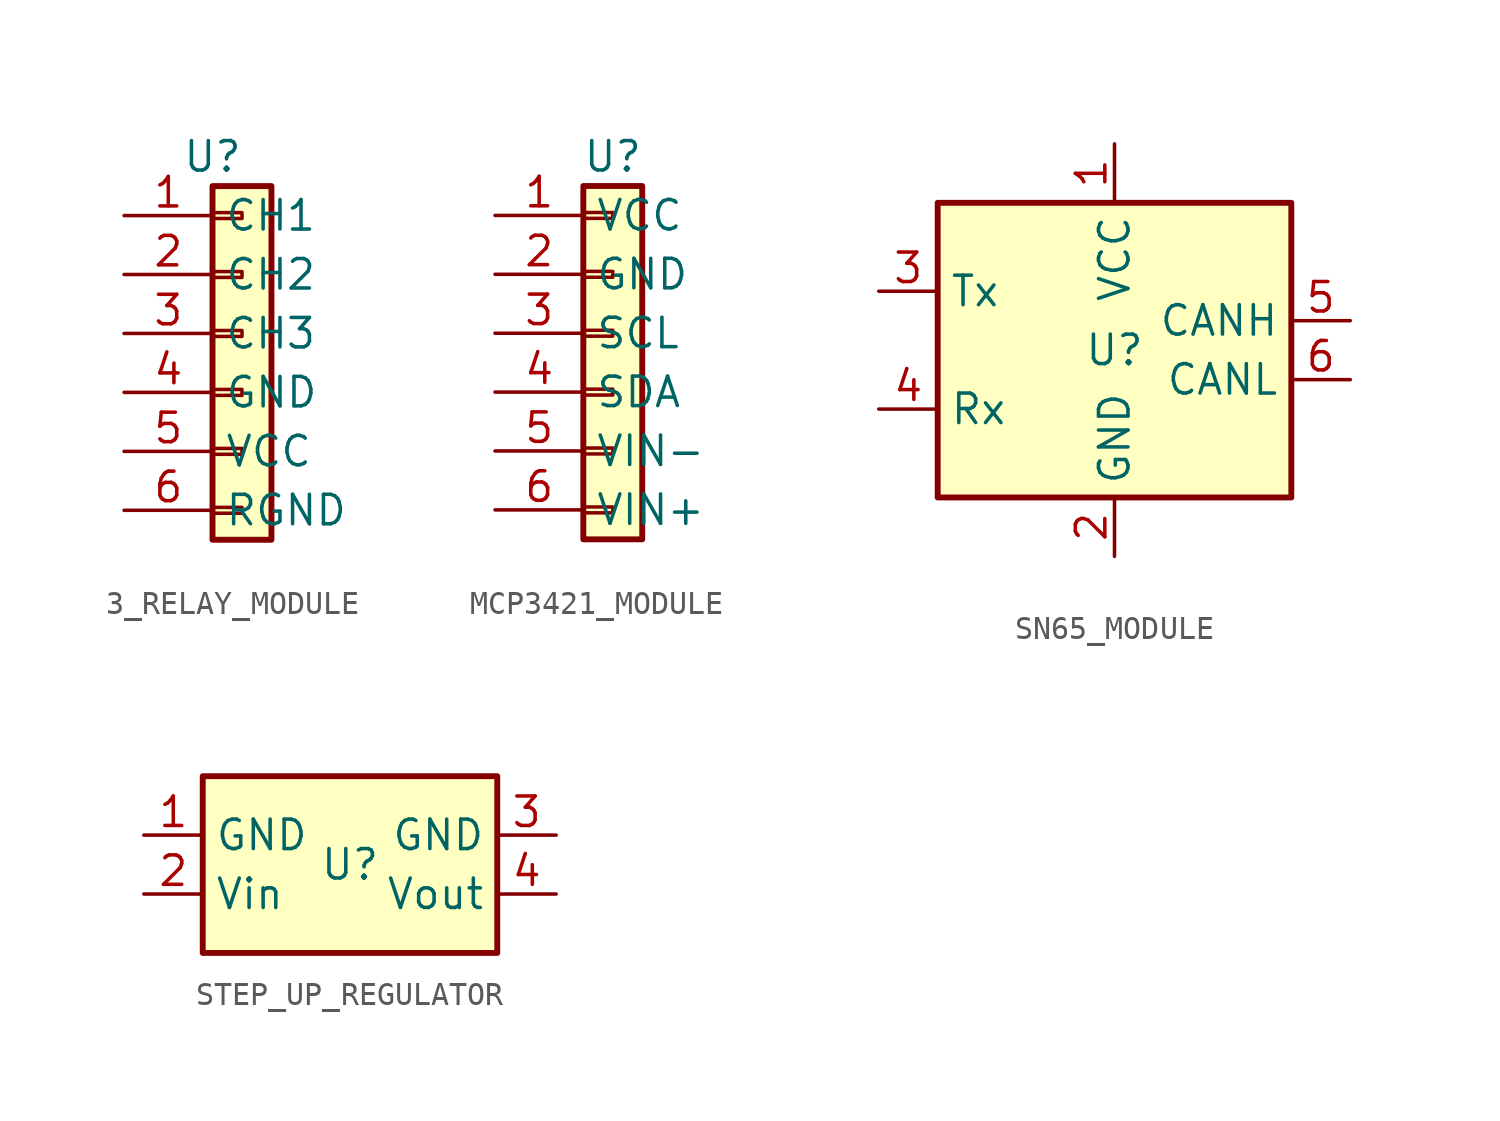
<source format=kicad_sym>
(kicad_symbol_lib
  (version 20220914)
  (generator kicad_symbol_editor)
  (symbol "3_RELAY_MODULE"
    (property "Reference" "U"
      (at -1.27 8.89 0)
      (effects (font (size 1.27 1.27))))
    (property "Value" ""
      (at 0 0 0)
      (effects (font (size 1.27 1.27))))
    (symbol "3_RELAY_MODULE_1_1"
      (rectangle (start -1.27 -6.223) (end 0 -6.477) (stroke (width 0.152) (type default)) (fill (type none)))
      (rectangle (start -1.27 -3.683) (end 0 -3.937) (stroke (width 0.152) (type default)) (fill (type none)))
      (rectangle (start -1.27 -1.143) (end 0 -1.397) (stroke (width 0.152) (type default)) (fill (type none)))
      (rectangle (start -1.27 1.397) (end 0 1.143) (stroke (width 0.152) (type default)) (fill (type none)))
      (rectangle (start -1.27 3.937) (end 0 3.683) (stroke (width 0.152) (type default)) (fill (type none)))
      (rectangle (start -1.27 6.477) (end 0 6.223) (stroke (width 0.152) (type default)) (fill (type none)))
      (rectangle (start -1.27 7.62) (end 1.27 -7.62) (stroke (width 0.254) (type default)) (fill (type background)))
      (pin input line (at -5.08 6.35 0) (length 3.81) (name "CH1" (effects (font (size 1.27 1.27)))) (number "1" (effects (font (size 1.27 1.27)))))
      (pin input line (at -5.08 3.81 0) (length 3.81) (name "CH2" (effects (font (size 1.27 1.27)))) (number "2" (effects (font (size 1.27 1.27)))))
      (pin input line (at -5.08 1.27 0) (length 3.81) (name "CH3" (effects (font (size 1.27 1.27)))) (number "3" (effects (font (size 1.27 1.27)))))
      (pin power_in line (at -5.08 -1.27 0) (length 3.81) (name "GND" (effects (font (size 1.27 1.27)))) (number "4" (effects (font (size 1.27 1.27)))))
      (pin power_in line (at -5.08 -3.81 0) (length 3.81) (name "VCC" (effects (font (size 1.27 1.27)))) (number "5" (effects (font (size 1.27 1.27)))))
      (pin power_in line (at -5.08 -6.35 0) (length 3.81) (name "RGND" (effects (font (size 1.27 1.27)))) (number "6" (effects (font (size 1.27 1.27)))))))
  (symbol "MCP3421_MODULE"
    (property "Reference" "U"
      (at 0 8.89 0)
      (effects (font (size 1.27 1.27))))
    (property "Value" ""
      (at 0 0 0)
      (effects (font (size 1.27 1.27))))
    (symbol "MCP3421_MODULE_1_1"
      (rectangle (start -1.27 -6.223) (end 0 -6.477) (stroke (width 0.152) (type default)) (fill (type none)))
      (rectangle (start -1.27 -3.683) (end 0 -3.937) (stroke (width 0.152) (type default)) (fill (type none)))
      (rectangle (start -1.27 -1.143) (end 0 -1.397) (stroke (width 0.152) (type default)) (fill (type none)))
      (rectangle (start -1.27 1.397) (end 0 1.143) (stroke (width 0.152) (type default)) (fill (type none)))
      (rectangle (start -1.27 3.937) (end 0 3.683) (stroke (width 0.152) (type default)) (fill (type none)))
      (rectangle (start -1.27 6.477) (end 0 6.223) (stroke (width 0.152) (type default)) (fill (type none)))
      (rectangle (start -1.27 7.62) (end 1.27 -7.62) (stroke (width 0.254) (type default)) (fill (type background)))
      (pin power_in line (at -5.08 6.35 0) (length 3.81) (name "VCC" (effects (font (size 1.27 1.27)))) (number "1" (effects (font (size 1.27 1.27)))))
      (pin power_in line (at -5.08 3.81 0) (length 3.81) (name "GND" (effects (font (size 1.27 1.27)))) (number "2" (effects (font (size 1.27 1.27)))))
      (pin input line (at -5.08 1.27 0) (length 3.81) (name "SCL" (effects (font (size 1.27 1.27)))) (number "3" (effects (font (size 1.27 1.27)))))
      (pin input line (at -5.08 -1.27 0) (length 3.81) (name "SDA" (effects (font (size 1.27 1.27)))) (number "4" (effects (font (size 1.27 1.27)))))
      (pin input line (at -5.08 -3.81 0) (length 3.81) (name "VIN-" (effects (font (size 1.27 1.27)))) (number "5" (effects (font (size 1.27 1.27)))))
      (pin input line (at -5.08 -6.35 0) (length 3.81) (name "VIN+" (effects (font (size 1.27 1.27)))) (number "6" (effects (font (size 1.27 1.27)))))))
  (symbol "SN65_MODULE"
    (property "Reference" "U"
      (at 0 0 0)
      (effects (font (size 1.27 1.27))))
    (property "Value" ""
      (at 0 0 0)
      (effects (font (size 1.27 1.27))))
    (symbol "SN65_MODULE_0_1"
      (rectangle (start -7.62 6.35) (end 7.62 -6.35) (stroke (width 0.254) (type default)) (fill (type background))))
    (symbol "SN65_MODULE_1_1"
      (pin power_in line (at 0 8.89 270) (length 2.54) (name "VCC" (effects (font (size 1.27 1.27)))) (number "1" (effects (font (size 1.27 1.27)))))
      (pin power_in line (at 0 -8.89 90) (length 2.54) (name "GND" (effects (font (size 1.27 1.27)))) (number "2" (effects (font (size 1.27 1.27)))))
      (pin input line (at -10.16 2.54 0) (length 2.54) (name "Tx" (effects (font (size 1.27 1.27)))) (number "3" (effects (font (size 1.27 1.27)))))
      (pin output line (at -10.16 -2.54 0) (length 2.54) (name "Rx" (effects (font (size 1.27 1.27)))) (number "4" (effects (font (size 1.27 1.27)))))
      (pin bidirectional line (at 10.16 1.27 180) (length 2.54) (name "CANH" (effects (font (size 1.27 1.27)))) (number "5" (effects (font (size 1.27 1.27)))))
      (pin bidirectional line (at 10.16 -1.27 180) (length 2.54) (name "CANL" (effects (font (size 1.27 1.27)))) (number "6" (effects (font (size 1.27 1.27)))))))
  (symbol "STEP_UP_REGULATOR"
    (property "Reference" "U"
      (at 0 0 0)
      (effects (font (size 1.27 1.27))))
    (property "Value" ""
      (at 0 0 0)
      (effects (font (size 1.27 1.27))))
    (symbol "STEP_UP_REGULATOR_0_1"
      (rectangle (start -6.35 3.81) (end 6.35 -3.81) (stroke (width 0.254) (type default)) (fill (type background))))
    (symbol "STEP_UP_REGULATOR_1_1"
      (pin power_in line (at -8.89 1.27 0) (length 2.54) (name "GND" (effects (font (size 1.27 1.27)))) (number "1" (effects (font (size 1.27 1.27)))))
      (pin power_in line (at -8.89 -1.27 0) (length 2.54) (name "Vin" (effects (font (size 1.27 1.27)))) (number "2" (effects (font (size 1.27 1.27)))))
      (pin power_out line (at 8.89 1.27 180) (length 2.54) (name "GND" (effects (font (size 1.27 1.27)))) (number "3" (effects (font (size 1.27 1.27)))))
      (pin power_out line (at 8.89 -1.27 180) (length 2.54) (name "Vout" (effects (font (size 1.27 1.27)))) (number "4" (effects (font (size 1.27 1.27))))))))
</source>
